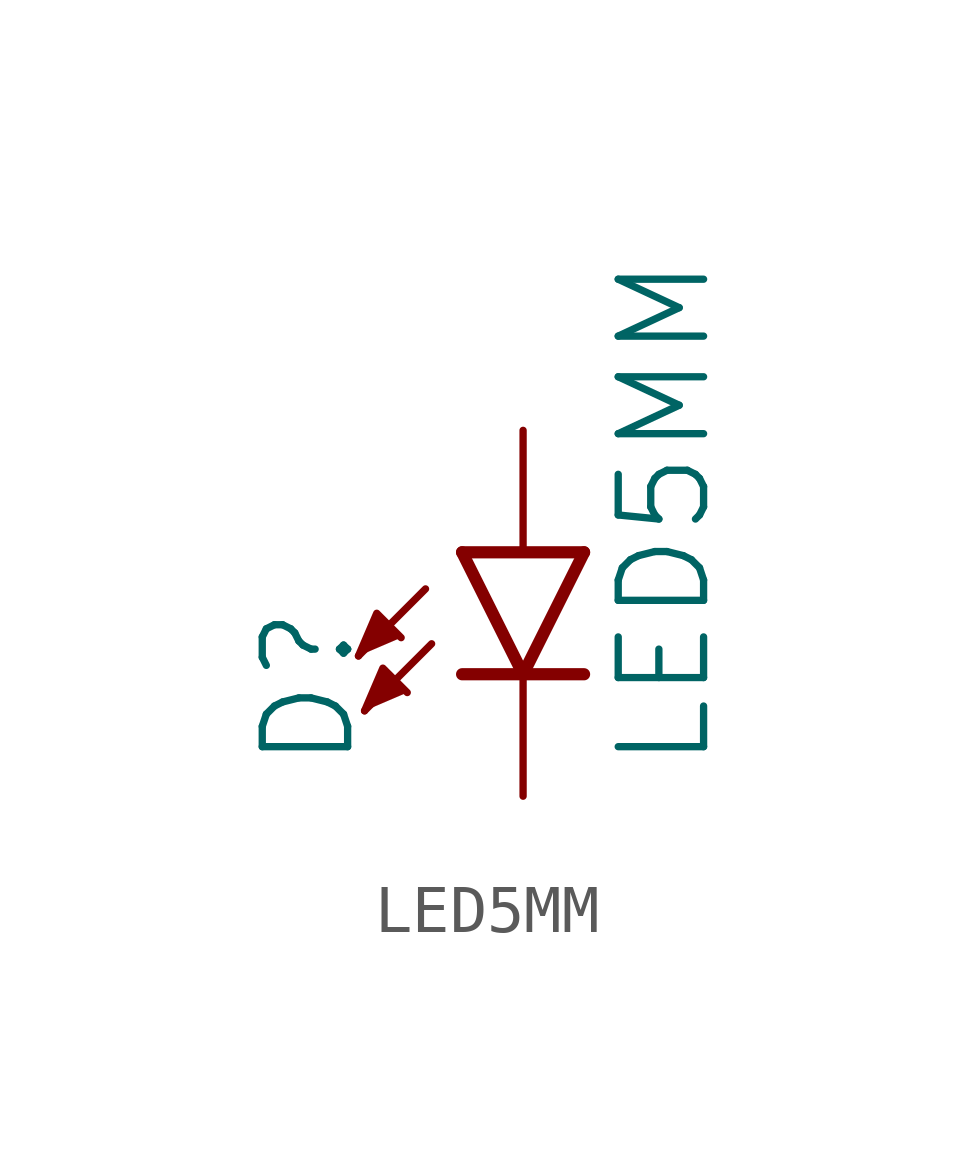
<source format=kicad_sym>
(kicad_symbol_lib
  (version 20210619)
  (generator kicad_symbol_editor)
  (symbol "LED5MM"
    (property "Reference" "D"
      (at -3.429 -4.572 90)
      (effects (font (size 1.778 1.778)) (justify left bottom)))
    (property "Value" "LED5MM"
      (at 1.905 -4.572 90)
      (effects (font (size 1.778 1.778)) (justify left top)))
    (property "ki_locked" ""
      (at 0 0 0)
      (effects (font (size 1.27 1.27))))
    (symbol "LED5MM_1_0"
      (polyline (pts (xy -2.032 -0.762) (xy -3.429 -2.159)) (stroke (width 0.152)) (fill (type none)))
      (polyline (pts (xy -1.905 -1.905) (xy -3.302 -3.302)) (stroke (width 0.152)) (fill (type none)))
      (polyline (pts (xy 0 -2.54) (xy -1.27 -2.54)) (stroke (width 0.254)) (fill (type none)))
      (polyline (pts (xy 0 -2.54) (xy -1.27 0)) (stroke (width 0.254)) (fill (type none)))
      (polyline (pts (xy 1.27 -2.54) (xy 0 -2.54)) (stroke (width 0.254)) (fill (type none)))
      (polyline (pts (xy 1.27 0) (xy -1.27 0)) (stroke (width 0.254)) (fill (type none)))
      (polyline (pts (xy 1.27 0) (xy 0 -2.54)) (stroke (width 0.254)) (fill (type none)))
      (polyline (pts (xy -3.429 -2.159) (xy -3.048 -1.27) (xy -2.54 -1.778)) (stroke (width 0)) (fill (type outline)))
      (polyline (pts (xy -3.302 -3.302) (xy -2.921 -2.413) (xy -2.413 -2.921)) (stroke (width 0)) (fill (type outline)))
      (pin passive line (at 0 2.54 270) (length 2.54) (name "A" (effects (font (size 0 0)))) (number "A" (effects (font (size 0 0)))))
      (pin passive line (at 0 -5.08 90) (length 2.54) (name "C" (effects (font (size 0 0)))) (number "K" (effects (font (size 0 0))))))))
</source>
